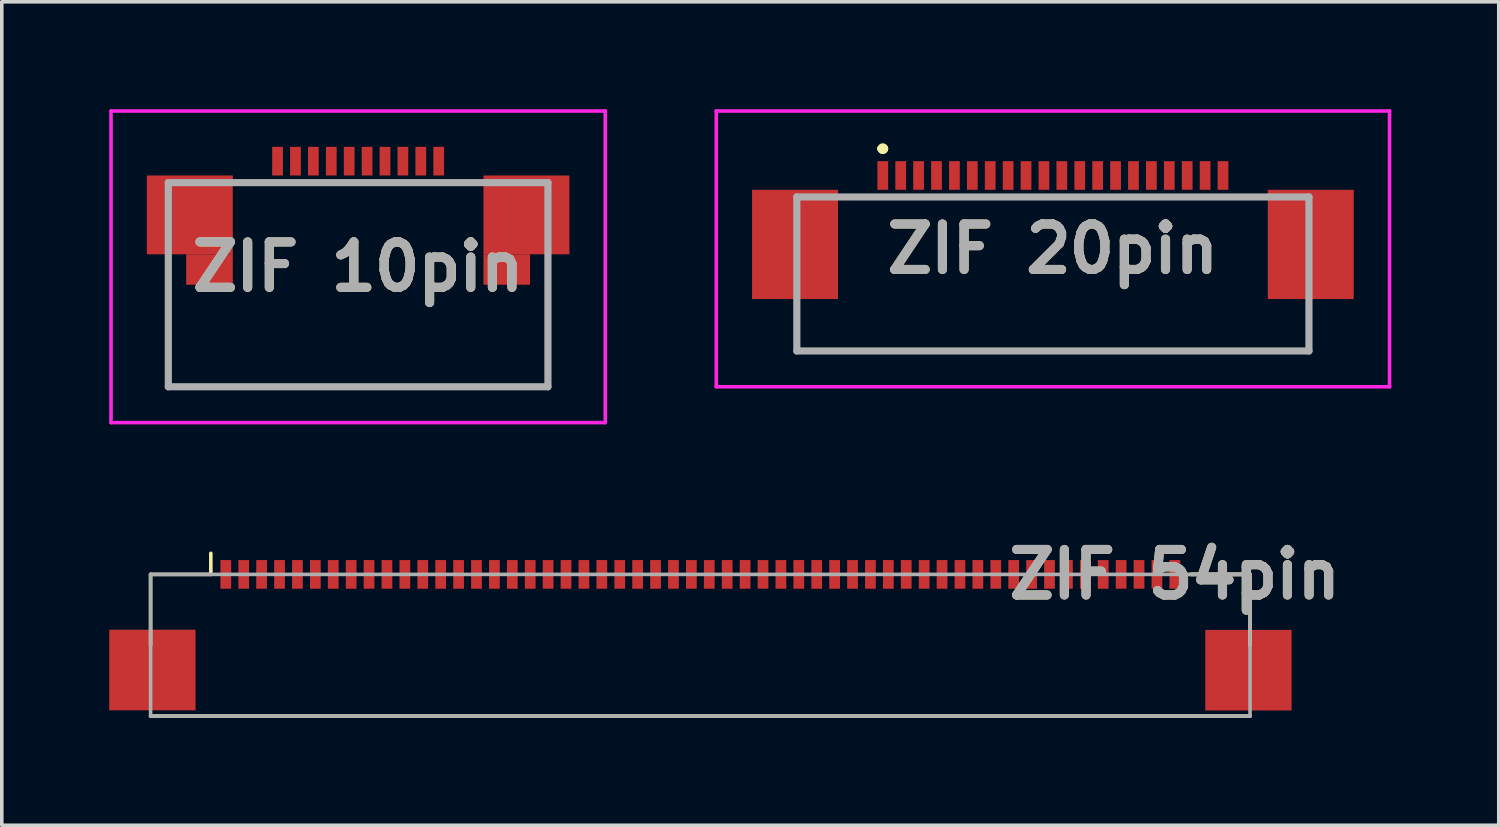
<source format=kicad_pcb>
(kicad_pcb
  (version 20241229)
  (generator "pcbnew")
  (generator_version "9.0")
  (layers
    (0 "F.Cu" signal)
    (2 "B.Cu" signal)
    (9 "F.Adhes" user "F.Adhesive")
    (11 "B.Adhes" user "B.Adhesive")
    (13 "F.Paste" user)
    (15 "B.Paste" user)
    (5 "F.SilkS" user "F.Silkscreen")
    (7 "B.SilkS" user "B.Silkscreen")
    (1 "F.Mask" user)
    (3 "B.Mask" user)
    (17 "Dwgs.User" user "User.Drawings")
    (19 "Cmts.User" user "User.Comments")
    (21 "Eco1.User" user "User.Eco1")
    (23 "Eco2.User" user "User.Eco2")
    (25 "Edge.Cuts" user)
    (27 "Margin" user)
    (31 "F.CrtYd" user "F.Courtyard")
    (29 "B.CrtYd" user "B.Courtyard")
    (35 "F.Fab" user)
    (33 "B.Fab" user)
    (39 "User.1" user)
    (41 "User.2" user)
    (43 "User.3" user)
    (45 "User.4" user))
  (footprint "ZIF 10pin"
    (layer "F.Cu")
    (at 6.95 4.6)
    (property "Reference" "ZIF 10pin" (at 0 -0.2 0) (layer "F.SilkS") (effects (font (size 1.27 1.27) (thickness 0.254))))
    (attr smd)
    (fp_line (start -5.3 -0.05) (end -5.3 3.15) (stroke (width 0.1) (type solid)) (layer "F.SilkS"))
    (fp_line (start -5.3 3.15) (end 5.3 3.15) (stroke (width 0.1) (type solid)) (layer "F.SilkS"))
    (fp_line (start -3 -2.55) (end 3 -2.55) (stroke (width 0.1) (type solid)) (layer "F.SilkS"))
    (fp_line (start 5.3 3.15) (end 5.3 -0.05) (stroke (width 0.1) (type solid)) (layer "F.SilkS"))
    (fp_line (start -6.9 -4.55) (end 6.9 -4.55) (stroke (width 0.1) (type solid)) (layer "F.CrtYd"))
    (fp_line (start -6.9 4.15) (end -6.9 -4.55) (stroke (width 0.1) (type solid)) (layer "F.CrtYd"))
    (fp_line (start 6.9 -4.55) (end 6.9 4.15) (stroke (width 0.1) (type solid)) (layer "F.CrtYd"))
    (fp_line (start 6.9 4.15) (end -6.9 4.15) (stroke (width 0.1) (type solid)) (layer "F.CrtYd"))
    (fp_line (start -5.3 -2.55) (end 5.3 -2.55) (stroke (width 0.2) (type solid)) (layer "F.Fab"))
    (fp_line (start -5.3 3.15) (end -5.3 -2.55) (stroke (width 0.2) (type solid)) (layer "F.Fab"))
    (fp_line (start 5.3 -2.55) (end 5.3 3.15) (stroke (width 0.2) (type solid)) (layer "F.Fab"))
    (fp_line (start 5.3 3.15) (end -5.3 3.15) (stroke (width 0.2) (type solid)) (layer "F.Fab"))
    (fp_text user "${REFERENCE}" (at 0 -0.2 0) (layer "F.Fab") (effects (font (size 1.27 1.27) (thickness 0.254))))
    (pad "1" smd rect (at -2.25 -3.15) (size 0.3 0.8) (layers "F.Cu" "F.Mask" "F.Paste"))
    (pad "2" smd rect (at -1.75 -3.15) (size 0.3 0.8) (layers "F.Cu" "F.Mask" "F.Paste"))
    (pad "3" smd rect (at -1.25 -3.15) (size 0.3 0.8) (layers "F.Cu" "F.Mask" "F.Paste"))
    (pad "4" smd rect (at -0.75 -3.15) (size 0.3 0.8) (layers "F.Cu" "F.Mask" "F.Paste"))
    (pad "5" smd rect (at -0.25 -3.15) (size 0.3 0.8) (layers "F.Cu" "F.Mask" "F.Paste"))
    (pad "6" smd rect (at 0.25 -3.15) (size 0.3 0.8) (layers "F.Cu" "F.Mask" "F.Paste"))
    (pad "7" smd rect (at 0.75 -3.15) (size 0.3 0.8) (layers "F.Cu" "F.Mask" "F.Paste"))
    (pad "8" smd rect (at 1.25 -3.15) (size 0.3 0.8) (layers "F.Cu" "F.Mask" "F.Paste"))
    (pad "9" smd rect (at 1.75 -3.15) (size 0.3 0.8) (layers "F.Cu" "F.Mask" "F.Paste"))
    (pad "10" smd rect (at 2.25 -3.15) (size 0.3 0.8) (layers "F.Cu" "F.Mask" "F.Paste"))
    (pad "11" smd rect (at 4.7 -1.65 90) (size 2.2 2.4) (layers "F.Cu" "F.Mask" "F.Paste"))
    (pad "12" smd rect (at -4.7 -1.65 90) (size 2.2 2.4) (layers "F.Cu" "F.Mask" "F.Paste"))
    (pad "13" smd rect (at -4.15 -0.125 90) (size 0.85 1.3) (layers "F.Cu" "F.Mask" "F.Paste"))
    (pad "14" smd rect (at 4.15 -0.125 90) (size 0.85 1.3) (layers "F.Cu" "F.Mask" "F.Paste")))
  (footprint "ZIF 54pin"
    (layer "F.Cu")
    (at 16.505 12.989)
    (property "Reference" "ZIF 54pin" (at 13.25 0 0) (layer "F.SilkS") (effects (font (size 1.27 1.27) (thickness 0.254))))
    (attr smd)
    (fp_line (start -15.35 0) (end -15.35 1.978) (stroke (width 0.1) (type solid)) (layer "F.SilkS"))
    (fp_line (start -15.35 0) (end -13.668 0) (stroke (width 0.1) (type solid)) (layer "F.SilkS"))
    (fp_line (start -13.668 0) (end -13.668 -0.589) (stroke (width 0.1) (type solid)) (layer "F.SilkS"))
    (fp_line (start 15.35 0) (end 13.668 0) (stroke (width 0.1) (type solid)) (layer "F.SilkS"))
    (fp_line (start 15.35 0) (end 13.711 0) (stroke (width 0.1) (type solid)) (layer "F.SilkS"))
    (fp_line (start 15.35 0) (end 15.35 1.978) (stroke (width 0.1) (type solid)) (layer "F.SilkS"))
    (fp_line (start 15.35 3.955) (end -15.35 3.955) (stroke (width 0.1) (type solid)) (layer "F.SilkS"))
    (fp_line (start -15.35 0) (end 15.35 0) (stroke (width 0.1) (type solid)) (layer "F.Fab"))
    (fp_line (start -15.35 3.955) (end -15.35 0) (stroke (width 0.1) (type solid)) (layer "F.Fab"))
    (fp_line (start 15.35 0) (end 15.35 3.955) (stroke (width 0.1) (type solid)) (layer "F.Fab"))
    (fp_line (start 15.35 3.955) (end -15.35 3.955) (stroke (width 0.1) (type solid)) (layer "F.Fab"))
    (fp_text user "${REFERENCE}" (at 13.25 0 0) (layer "F.Fab") (effects (font (size 1.27 1.27) (thickness 0.254))))
    (pad "1" smd rect (at -13.25 0) (size 0.3 0.8) (layers "F.Cu" "F.Mask" "F.Paste"))
    (pad "2" smd rect (at -12.75 0) (size 0.3 0.8) (layers "F.Cu" "F.Mask" "F.Paste"))
    (pad "3" smd rect (at -12.25 0) (size 0.3 0.8) (layers "F.Cu" "F.Mask" "F.Paste"))
    (pad "4" smd rect (at -11.75 0) (size 0.3 0.8) (layers "F.Cu" "F.Mask" "F.Paste"))
    (pad "5" smd rect (at -11.25 0) (size 0.3 0.8) (layers "F.Cu" "F.Mask" "F.Paste"))
    (pad "6" smd rect (at -10.75 0) (size 0.3 0.8) (layers "F.Cu" "F.Mask" "F.Paste"))
    (pad "7" smd rect (at -10.25 0) (size 0.3 0.8) (layers "F.Cu" "F.Mask" "F.Paste"))
    (pad "8" smd rect (at -9.75 0) (size 0.3 0.8) (layers "F.Cu" "F.Mask" "F.Paste"))
    (pad "9" smd rect (at -9.25 0) (size 0.3 0.8) (layers "F.Cu" "F.Mask" "F.Paste"))
    (pad "10" smd rect (at -8.75 0) (size 0.3 0.8) (layers "F.Cu" "F.Mask" "F.Paste"))
    (pad "11" smd rect (at -8.25 0) (size 0.3 0.8) (layers "F.Cu" "F.Mask" "F.Paste"))
    (pad "12" smd rect (at -7.75 0) (size 0.3 0.8) (layers "F.Cu" "F.Mask" "F.Paste"))
    (pad "13" smd rect (at -7.25 0) (size 0.3 0.8) (layers "F.Cu" "F.Mask" "F.Paste"))
    (pad "14" smd rect (at -6.75 0) (size 0.3 0.8) (layers "F.Cu" "F.Mask" "F.Paste"))
    (pad "15" smd rect (at -6.25 0) (size 0.3 0.8) (layers "F.Cu" "F.Mask" "F.Paste"))
    (pad "16" smd rect (at -5.75 0) (size 0.3 0.8) (layers "F.Cu" "F.Mask" "F.Paste"))
    (pad "17" smd rect (at -5.25 0) (size 0.3 0.8) (layers "F.Cu" "F.Mask" "F.Paste"))
    (pad "18" smd rect (at -4.75 0) (size 0.3 0.8) (layers "F.Cu" "F.Mask" "F.Paste"))
    (pad "19" smd rect (at -4.25 0) (size 0.3 0.8) (layers "F.Cu" "F.Mask" "F.Paste"))
    (pad "20" smd rect (at -3.75 0) (size 0.3 0.8) (layers "F.Cu" "F.Mask" "F.Paste"))
    (pad "21" smd rect (at -3.25 0) (size 0.3 0.8) (layers "F.Cu" "F.Mask" "F.Paste"))
    (pad "22" smd rect (at -2.75 0) (size 0.3 0.8) (layers "F.Cu" "F.Mask" "F.Paste"))
    (pad "23" smd rect (at -2.25 0) (size 0.3 0.8) (layers "F.Cu" "F.Mask" "F.Paste"))
    (pad "24" smd rect (at -1.75 0) (size 0.3 0.8) (layers "F.Cu" "F.Mask" "F.Paste"))
    (pad "25" smd rect (at -1.25 0) (size 0.3 0.8) (layers "F.Cu" "F.Mask" "F.Paste"))
    (pad "26" smd rect (at -0.75 0) (size 0.3 0.8) (layers "F.Cu" "F.Mask" "F.Paste"))
    (pad "27" smd rect (at -0.25 0) (size 0.3 0.8) (layers "F.Cu" "F.Mask" "F.Paste"))
    (pad "28" smd rect (at 0.25 0) (size 0.3 0.8) (layers "F.Cu" "F.Mask" "F.Paste"))
    (pad "29" smd rect (at 0.75 0) (size 0.3 0.8) (layers "F.Cu" "F.Mask" "F.Paste"))
    (pad "30" smd rect (at 1.25 0) (size 0.3 0.8) (layers "F.Cu" "F.Mask" "F.Paste"))
    (pad "31" smd rect (at 1.75 0) (size 0.3 0.8) (layers "F.Cu" "F.Mask" "F.Paste"))
    (pad "32" smd rect (at 2.25 0) (size 0.3 0.8) (layers "F.Cu" "F.Mask" "F.Paste"))
    (pad "33" smd rect (at 2.75 0) (size 0.3 0.8) (layers "F.Cu" "F.Mask" "F.Paste"))
    (pad "34" smd rect (at 3.25 0) (size 0.3 0.8) (layers "F.Cu" "F.Mask" "F.Paste"))
    (pad "35" smd rect (at 3.75 0) (size 0.3 0.8) (layers "F.Cu" "F.Mask" "F.Paste"))
    (pad "36" smd rect (at 4.25 0) (size 0.3 0.8) (layers "F.Cu" "F.Mask" "F.Paste"))
    (pad "37" smd rect (at 4.75 0) (size 0.3 0.8) (layers "F.Cu" "F.Mask" "F.Paste"))
    (pad "38" smd rect (at 5.25 0) (size 0.3 0.8) (layers "F.Cu" "F.Mask" "F.Paste"))
    (pad "39" smd rect (at 5.75 0) (size 0.3 0.8) (layers "F.Cu" "F.Mask" "F.Paste"))
    (pad "40" smd rect (at 6.25 0) (size 0.3 0.8) (layers "F.Cu" "F.Mask" "F.Paste"))
    (pad "41" smd rect (at 6.75 0) (size 0.3 0.8) (layers "F.Cu" "F.Mask" "F.Paste"))
    (pad "42" smd rect (at 7.25 0) (size 0.3 0.8) (layers "F.Cu" "F.Mask" "F.Paste"))
    (pad "43" smd rect (at 7.75 0) (size 0.3 0.8) (layers "F.Cu" "F.Mask" "F.Paste"))
    (pad "44" smd rect (at 8.25 0) (size 0.3 0.8) (layers "F.Cu" "F.Mask" "F.Paste"))
    (pad "45" smd rect (at 8.75 0) (size 0.3 0.8) (layers "F.Cu" "F.Mask" "F.Paste"))
    (pad "46" smd rect (at 9.25 0) (size 0.3 0.8) (layers "F.Cu" "F.Mask" "F.Paste"))
    (pad "47" smd rect (at 9.75 0) (size 0.3 0.8) (layers "F.Cu" "F.Mask" "F.Paste"))
    (pad "48" smd rect (at 10.25 0) (size 0.3 0.8) (layers "F.Cu" "F.Mask" "F.Paste"))
    (pad "49" smd rect (at 10.75 0) (size 0.3 0.8) (layers "F.Cu" "F.Mask" "F.Paste"))
    (pad "50" smd rect (at 11.25 0) (size 0.3 0.8) (layers "F.Cu" "F.Mask" "F.Paste"))
    (pad "51" smd rect (at 11.75 0) (size 0.3 0.8) (layers "F.Cu" "F.Mask" "F.Paste"))
    (pad "52" smd rect (at 12.25 0) (size 0.3 0.8) (layers "F.Cu" "F.Mask" "F.Paste"))
    (pad "53" smd rect (at 12.75 0) (size 0.3 0.8) (layers "F.Cu" "F.Mask" "F.Paste"))
    (pad "54" smd rect (at 13.25 0) (size 0.3 0.8) (layers "F.Cu" "F.Mask" "F.Paste"))
    (pad "MP" smd rect (at -15.3 2.67) (size 2.41 2.25) (layers "F.Cu" "F.Mask" "F.Paste"))
    (pad "MP" smd rect (at 15.305 2.675) (size 2.41 2.25) (layers "F.Cu" "F.Mask" "F.Paste")))
  (footprint "ZIF 20pin"
    (layer "F.Cu")
    (at 26.35 4.6)
    (property "Reference" "ZIF 20pin" (at 0 -0.7 0) (layer "F.SilkS") (effects (font (size 1.27 1.27) (thickness 0.254))))
    (attr smd)
    (fp_line (start -7.15 1.5) (end -7.15 1.5) (stroke (width 0.1) (type solid)) (layer "F.SilkS"))
    (fp_line (start -7.15 1.5) (end -7.15 2.15) (stroke (width 0.1) (type solid)) (layer "F.SilkS"))
    (fp_line (start -7.15 2.15) (end -7.15 1.5) (stroke (width 0.1) (type solid)) (layer "F.SilkS"))
    (fp_line (start -7.15 2.15) (end -7.15 2.15) (stroke (width 0.1) (type solid)) (layer "F.SilkS"))
    (fp_line (start -7.15 2.15) (end -7.15 2.15) (stroke (width 0.1) (type solid)) (layer "F.SilkS"))
    (fp_line (start -7.15 2.15) (end 7.15 2.15) (stroke (width 0.1) (type solid)) (layer "F.SilkS"))
    (fp_line (start -4.8 -3.5) (end -4.8 -3.5) (stroke (width 0.2) (type solid)) (layer "F.SilkS"))
    (fp_line (start -4.8 -3.5) (end -4.8 -3.5) (stroke (width 0.2) (type solid)) (layer "F.SilkS"))
    (fp_line (start -4.7 -3.5) (end -4.7 -3.5) (stroke (width 0.2) (type solid)) (layer "F.SilkS"))
    (fp_line (start 7.15 1.5) (end 7.15 1.5) (stroke (width 0.1) (type solid)) (layer "F.SilkS"))
    (fp_line (start 7.15 1.5) (end 7.15 2.15) (stroke (width 0.1) (type solid)) (layer "F.SilkS"))
    (fp_line (start 7.15 2.15) (end -7.15 2.15) (stroke (width 0.1) (type solid)) (layer "F.SilkS"))
    (fp_line (start 7.15 2.15) (end 7.15 1.5) (stroke (width 0.1) (type solid)) (layer "F.SilkS"))
    (fp_line (start 7.15 2.15) (end 7.15 2.15) (stroke (width 0.1) (type solid)) (layer "F.SilkS"))
    (fp_line (start 7.15 2.15) (end 7.15 2.15) (stroke (width 0.1) (type solid)) (layer "F.SilkS"))
    (fp_arc (start -4.8 -3.5) (mid -4.75 -3.55) (end -4.7 -3.5) (stroke (width 0.2) (type solid)) (layer "F.SilkS"))
    (fp_arc (start -4.7 -3.5) (mid -4.75 -3.45) (end -4.8 -3.5) (stroke (width 0.2) (type solid)) (layer "F.SilkS"))
    (fp_arc (start -4.7 -3.5) (mid -4.75 -3.45) (end -4.8 -3.5) (stroke (width 0.2) (type solid)) (layer "F.SilkS"))
    (fp_line (start -9.4 -4.55) (end 9.4 -4.55) (stroke (width 0.1) (type solid)) (layer "F.CrtYd"))
    (fp_line (start -9.4 3.15) (end -9.4 -4.55) (stroke (width 0.1) (type solid)) (layer "F.CrtYd"))
    (fp_line (start 9.4 -4.55) (end 9.4 3.15) (stroke (width 0.1) (type solid)) (layer "F.CrtYd"))
    (fp_line (start 9.4 3.15) (end -9.4 3.15) (stroke (width 0.1) (type solid)) (layer "F.CrtYd"))
    (fp_line (start -7.15 -2.15) (end -7.15 2.15) (stroke (width 0.2) (type solid)) (layer "F.Fab"))
    (fp_line (start -7.15 2.15) (end 7.15 2.15) (stroke (width 0.2) (type solid)) (layer "F.Fab"))
    (fp_line (start 7.15 -2.15) (end -7.15 -2.15) (stroke (width 0.2) (type solid)) (layer "F.Fab"))
    (fp_line (start 7.15 2.15) (end 7.15 -2.15) (stroke (width 0.2) (type solid)) (layer "F.Fab"))
    (fp_text user "${REFERENCE}" (at 0 -0.7 0) (layer "F.Fab") (effects (font (size 1.27 1.27) (thickness 0.254))))
    (pad "1" smd rect (at -4.75 -2.75) (size 0.3 0.8) (layers "F.Cu" "F.Mask" "F.Paste"))
    (pad "2" smd rect (at -4.25 -2.75) (size 0.3 0.8) (layers "F.Cu" "F.Mask" "F.Paste"))
    (pad "3" smd rect (at -3.75 -2.75) (size 0.3 0.8) (layers "F.Cu" "F.Mask" "F.Paste"))
    (pad "4" smd rect (at -3.25 -2.75) (size 0.3 0.8) (layers "F.Cu" "F.Mask" "F.Paste"))
    (pad "5" smd rect (at -2.75 -2.75) (size 0.3 0.8) (layers "F.Cu" "F.Mask" "F.Paste"))
    (pad "6" smd rect (at -2.25 -2.75) (size 0.3 0.8) (layers "F.Cu" "F.Mask" "F.Paste"))
    (pad "7" smd rect (at -1.75 -2.75) (size 0.3 0.8) (layers "F.Cu" "F.Mask" "F.Paste"))
    (pad "8" smd rect (at -1.25 -2.75) (size 0.3 0.8) (layers "F.Cu" "F.Mask" "F.Paste"))
    (pad "9" smd rect (at -0.75 -2.75) (size 0.3 0.8) (layers "F.Cu" "F.Mask" "F.Paste"))
    (pad "10" smd rect (at -0.25 -2.75) (size 0.3 0.8) (layers "F.Cu" "F.Mask" "F.Paste"))
    (pad "11" smd rect (at 0.25 -2.75) (size 0.3 0.8) (layers "F.Cu" "F.Mask" "F.Paste"))
    (pad "12" smd rect (at 0.75 -2.75) (size 0.3 0.8) (layers "F.Cu" "F.Mask" "F.Paste"))
    (pad "13" smd rect (at 1.25 -2.75) (size 0.3 0.8) (layers "F.Cu" "F.Mask" "F.Paste"))
    (pad "14" smd rect (at 1.75 -2.75) (size 0.3 0.8) (layers "F.Cu" "F.Mask" "F.Paste"))
    (pad "15" smd rect (at 2.25 -2.75) (size 0.3 0.8) (layers "F.Cu" "F.Mask" "F.Paste"))
    (pad "16" smd rect (at 2.75 -2.75) (size 0.3 0.8) (layers "F.Cu" "F.Mask" "F.Paste"))
    (pad "17" smd rect (at 3.25 -2.75) (size 0.3 0.8) (layers "F.Cu" "F.Mask" "F.Paste"))
    (pad "18" smd rect (at 3.75 -2.75) (size 0.3 0.8) (layers "F.Cu" "F.Mask" "F.Paste"))
    (pad "19" smd rect (at 4.25 -2.75) (size 0.3 0.8) (layers "F.Cu" "F.Mask" "F.Paste"))
    (pad "20" smd rect (at 4.75 -2.75) (size 0.3 0.8) (layers "F.Cu" "F.Mask" "F.Paste"))
    (pad "MP1" smd rect (at -7.2 -0.825) (size 2.4 3.05) (layers "F.Cu" "F.Mask" "F.Paste"))
    (pad "MP2" smd rect (at 7.2 -0.825) (size 2.4 3.05) (layers "F.Cu" "F.Mask" "F.Paste")))
  (gr_rect
    (start -3 -3)
    (end 38.8 19.994)
    (stroke (width 0.1) (type default))
    (fill no)
    (layer "Edge.Cuts")))
</source>
